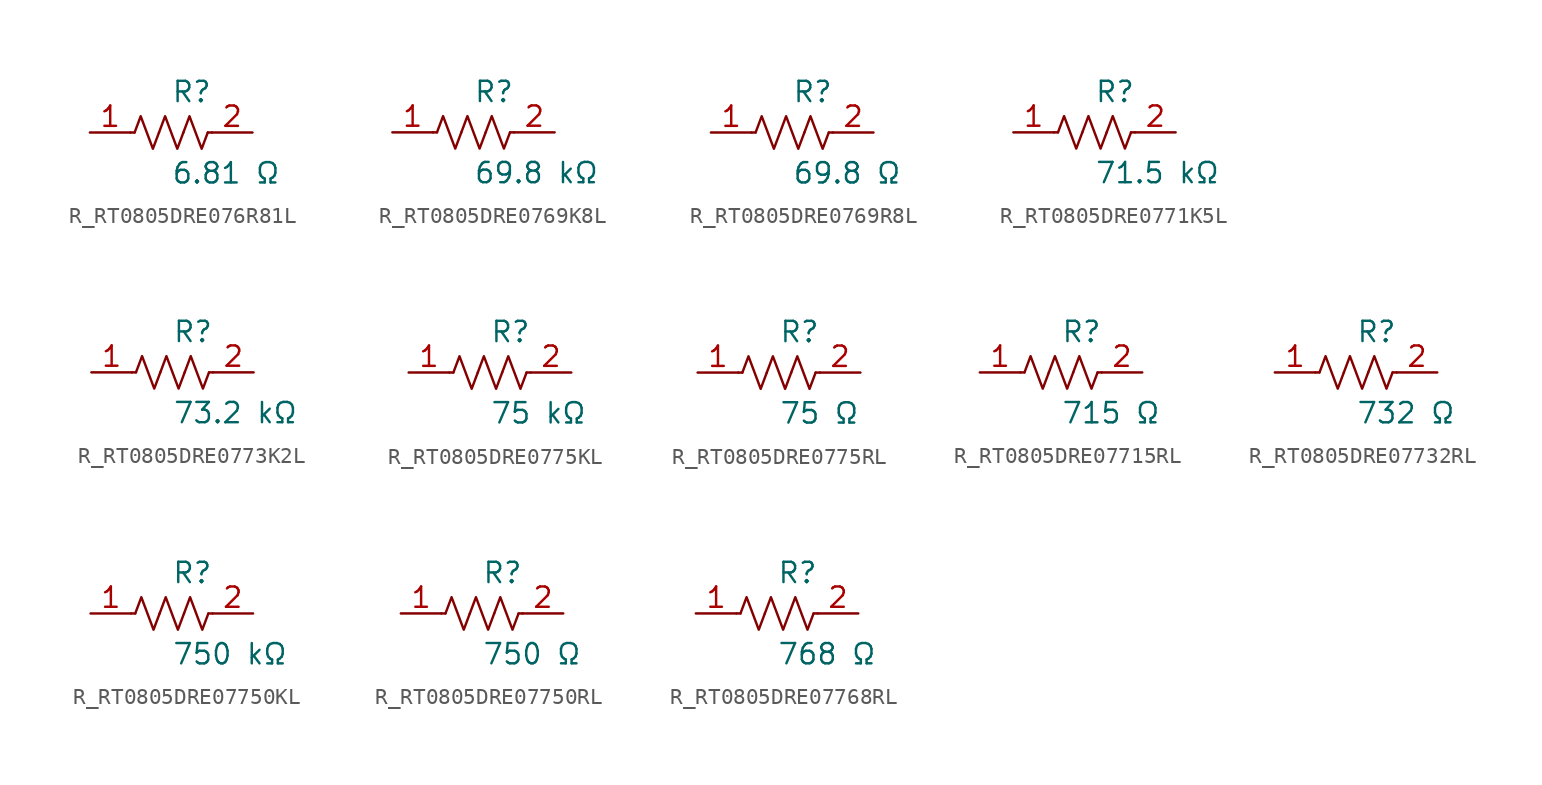
<source format=kicad_sym>
(kicad_symbol_lib
  (version 20231120)
  (generator kicad_symbol_editor)
  (generator_version 8.0)
  (symbol "R_RT0805DRE076R81L"
    (pin_names
      (offset 0.254))
    (property "Reference" "R"
      (at 0 2.54 0)
      (effects (font (size 1.27 1.27)) (justify left)))
    (property "Value" "6.81 Ω"
      (at 0 -2.54 0)
      (effects (font (size 1.27 1.27)) (justify left)))
    (symbol "R_RT0805DRE076R81L_0_1"
      (polyline (pts (xy 2.286 0) (xy 2.54 0)) (stroke (width 0) (type default)) (fill (type none)))
      (polyline (pts (xy -2.286 0) (xy -2.54 0)) (stroke (width 0) (type default)) (fill (type none)))
      (polyline (pts (xy 0.762 0) (xy 1.143 1.016) (xy 1.524 0) (xy 1.905 -1.016) (xy 2.286 0)) (stroke (width 0) (type default)) (fill (type none)))
      (polyline (pts (xy -0.762 0) (xy -0.381 1.016) (xy 0 0) (xy 0.381 -1.016) (xy 0.762 0)) (stroke (width 0) (type default)) (fill (type none)))
      (polyline (pts (xy -2.286 0) (xy -1.905 1.016) (xy -1.524 0) (xy -1.143 -1.016) (xy -0.762 0)) (stroke (width 0) (type default)) (fill (type none))))
    (pin passive line
      (at -5.08 0 0)
      (length 2.54)
      (name "" (effects (font (size 1.27 1.27))))
      (number "1" (effects (font (size 1.27 1.27)))))
    (pin passive line
      (at 5.08 0 180)
      (length 2.54)
      (name "" (effects (font (size 1.27 1.27))))
      (number "2" (effects (font (size 1.27 1.27))))))
  (symbol "R_RT0805DRE0769K8L"
    (pin_names
      (offset 0.254))
    (property "Reference" "R"
      (at 0 2.54 0)
      (effects (font (size 1.27 1.27)) (justify left)))
    (property "Value" "69.8 kΩ"
      (at 0 -2.54 0)
      (effects (font (size 1.27 1.27)) (justify left)))
    (symbol "R_RT0805DRE0769K8L_0_1"
      (polyline (pts (xy 2.286 0) (xy 2.54 0)) (stroke (width 0) (type default)) (fill (type none)))
      (polyline (pts (xy -2.286 0) (xy -2.54 0)) (stroke (width 0) (type default)) (fill (type none)))
      (polyline (pts (xy 0.762 0) (xy 1.143 1.016) (xy 1.524 0) (xy 1.905 -1.016) (xy 2.286 0)) (stroke (width 0) (type default)) (fill (type none)))
      (polyline (pts (xy -0.762 0) (xy -0.381 1.016) (xy 0 0) (xy 0.381 -1.016) (xy 0.762 0)) (stroke (width 0) (type default)) (fill (type none)))
      (polyline (pts (xy -2.286 0) (xy -1.905 1.016) (xy -1.524 0) (xy -1.143 -1.016) (xy -0.762 0)) (stroke (width 0) (type default)) (fill (type none))))
    (pin passive line
      (at -5.08 0 0)
      (length 2.54)
      (name "" (effects (font (size 1.27 1.27))))
      (number "1" (effects (font (size 1.27 1.27)))))
    (pin passive line
      (at 5.08 0 180)
      (length 2.54)
      (name "" (effects (font (size 1.27 1.27))))
      (number "2" (effects (font (size 1.27 1.27))))))
  (symbol "R_RT0805DRE0769R8L"
    (pin_names
      (offset 0.254))
    (property "Reference" "R"
      (at 0 2.54 0)
      (effects (font (size 1.27 1.27)) (justify left)))
    (property "Value" "69.8 Ω"
      (at 0 -2.54 0)
      (effects (font (size 1.27 1.27)) (justify left)))
    (symbol "R_RT0805DRE0769R8L_0_1"
      (polyline (pts (xy 2.286 0) (xy 2.54 0)) (stroke (width 0) (type default)) (fill (type none)))
      (polyline (pts (xy -2.286 0) (xy -2.54 0)) (stroke (width 0) (type default)) (fill (type none)))
      (polyline (pts (xy 0.762 0) (xy 1.143 1.016) (xy 1.524 0) (xy 1.905 -1.016) (xy 2.286 0)) (stroke (width 0) (type default)) (fill (type none)))
      (polyline (pts (xy -0.762 0) (xy -0.381 1.016) (xy 0 0) (xy 0.381 -1.016) (xy 0.762 0)) (stroke (width 0) (type default)) (fill (type none)))
      (polyline (pts (xy -2.286 0) (xy -1.905 1.016) (xy -1.524 0) (xy -1.143 -1.016) (xy -0.762 0)) (stroke (width 0) (type default)) (fill (type none))))
    (pin passive line
      (at -5.08 0 0)
      (length 2.54)
      (name "" (effects (font (size 1.27 1.27))))
      (number "1" (effects (font (size 1.27 1.27)))))
    (pin passive line
      (at 5.08 0 180)
      (length 2.54)
      (name "" (effects (font (size 1.27 1.27))))
      (number "2" (effects (font (size 1.27 1.27))))))
  (symbol "R_RT0805DRE0771K5L"
    (pin_names
      (offset 0.254))
    (property "Reference" "R"
      (at 0 2.54 0)
      (effects (font (size 1.27 1.27)) (justify left)))
    (property "Value" "71.5 kΩ"
      (at 0 -2.54 0)
      (effects (font (size 1.27 1.27)) (justify left)))
    (symbol "R_RT0805DRE0771K5L_0_1"
      (polyline (pts (xy 2.286 0) (xy 2.54 0)) (stroke (width 0) (type default)) (fill (type none)))
      (polyline (pts (xy -2.286 0) (xy -2.54 0)) (stroke (width 0) (type default)) (fill (type none)))
      (polyline (pts (xy 0.762 0) (xy 1.143 1.016) (xy 1.524 0) (xy 1.905 -1.016) (xy 2.286 0)) (stroke (width 0) (type default)) (fill (type none)))
      (polyline (pts (xy -0.762 0) (xy -0.381 1.016) (xy 0 0) (xy 0.381 -1.016) (xy 0.762 0)) (stroke (width 0) (type default)) (fill (type none)))
      (polyline (pts (xy -2.286 0) (xy -1.905 1.016) (xy -1.524 0) (xy -1.143 -1.016) (xy -0.762 0)) (stroke (width 0) (type default)) (fill (type none))))
    (pin passive line
      (at -5.08 0 0)
      (length 2.54)
      (name "" (effects (font (size 1.27 1.27))))
      (number "1" (effects (font (size 1.27 1.27)))))
    (pin passive line
      (at 5.08 0 180)
      (length 2.54)
      (name "" (effects (font (size 1.27 1.27))))
      (number "2" (effects (font (size 1.27 1.27))))))
  (symbol "R_RT0805DRE0773K2L"
    (pin_names
      (offset 0.254))
    (property "Reference" "R"
      (at 0 2.54 0)
      (effects (font (size 1.27 1.27)) (justify left)))
    (property "Value" "73.2 kΩ"
      (at 0 -2.54 0)
      (effects (font (size 1.27 1.27)) (justify left)))
    (symbol "R_RT0805DRE0773K2L_0_1"
      (polyline (pts (xy 2.286 0) (xy 2.54 0)) (stroke (width 0) (type default)) (fill (type none)))
      (polyline (pts (xy -2.286 0) (xy -2.54 0)) (stroke (width 0) (type default)) (fill (type none)))
      (polyline (pts (xy 0.762 0) (xy 1.143 1.016) (xy 1.524 0) (xy 1.905 -1.016) (xy 2.286 0)) (stroke (width 0) (type default)) (fill (type none)))
      (polyline (pts (xy -0.762 0) (xy -0.381 1.016) (xy 0 0) (xy 0.381 -1.016) (xy 0.762 0)) (stroke (width 0) (type default)) (fill (type none)))
      (polyline (pts (xy -2.286 0) (xy -1.905 1.016) (xy -1.524 0) (xy -1.143 -1.016) (xy -0.762 0)) (stroke (width 0) (type default)) (fill (type none))))
    (pin passive line
      (at -5.08 0 0)
      (length 2.54)
      (name "" (effects (font (size 1.27 1.27))))
      (number "1" (effects (font (size 1.27 1.27)))))
    (pin passive line
      (at 5.08 0 180)
      (length 2.54)
      (name "" (effects (font (size 1.27 1.27))))
      (number "2" (effects (font (size 1.27 1.27))))))
  (symbol "R_RT0805DRE0775KL"
    (pin_names
      (offset 0.254))
    (property "Reference" "R"
      (at 0 2.54 0)
      (effects (font (size 1.27 1.27)) (justify left)))
    (property "Value" "75 kΩ"
      (at 0 -2.54 0)
      (effects (font (size 1.27 1.27)) (justify left)))
    (symbol "R_RT0805DRE0775KL_0_1"
      (polyline (pts (xy 2.286 0) (xy 2.54 0)) (stroke (width 0) (type default)) (fill (type none)))
      (polyline (pts (xy -2.286 0) (xy -2.54 0)) (stroke (width 0) (type default)) (fill (type none)))
      (polyline (pts (xy 0.762 0) (xy 1.143 1.016) (xy 1.524 0) (xy 1.905 -1.016) (xy 2.286 0)) (stroke (width 0) (type default)) (fill (type none)))
      (polyline (pts (xy -0.762 0) (xy -0.381 1.016) (xy 0 0) (xy 0.381 -1.016) (xy 0.762 0)) (stroke (width 0) (type default)) (fill (type none)))
      (polyline (pts (xy -2.286 0) (xy -1.905 1.016) (xy -1.524 0) (xy -1.143 -1.016) (xy -0.762 0)) (stroke (width 0) (type default)) (fill (type none))))
    (pin passive line
      (at -5.08 0 0)
      (length 2.54)
      (name "" (effects (font (size 1.27 1.27))))
      (number "1" (effects (font (size 1.27 1.27)))))
    (pin passive line
      (at 5.08 0 180)
      (length 2.54)
      (name "" (effects (font (size 1.27 1.27))))
      (number "2" (effects (font (size 1.27 1.27))))))
  (symbol "R_RT0805DRE0775RL"
    (pin_names
      (offset 0.254))
    (property "Reference" "R"
      (at 0 2.54 0)
      (effects (font (size 1.27 1.27)) (justify left)))
    (property "Value" "75 Ω"
      (at 0 -2.54 0)
      (effects (font (size 1.27 1.27)) (justify left)))
    (symbol "R_RT0805DRE0775RL_0_1"
      (polyline (pts (xy 2.286 0) (xy 2.54 0)) (stroke (width 0) (type default)) (fill (type none)))
      (polyline (pts (xy -2.286 0) (xy -2.54 0)) (stroke (width 0) (type default)) (fill (type none)))
      (polyline (pts (xy 0.762 0) (xy 1.143 1.016) (xy 1.524 0) (xy 1.905 -1.016) (xy 2.286 0)) (stroke (width 0) (type default)) (fill (type none)))
      (polyline (pts (xy -0.762 0) (xy -0.381 1.016) (xy 0 0) (xy 0.381 -1.016) (xy 0.762 0)) (stroke (width 0) (type default)) (fill (type none)))
      (polyline (pts (xy -2.286 0) (xy -1.905 1.016) (xy -1.524 0) (xy -1.143 -1.016) (xy -0.762 0)) (stroke (width 0) (type default)) (fill (type none))))
    (pin passive line
      (at -5.08 0 0)
      (length 2.54)
      (name "" (effects (font (size 1.27 1.27))))
      (number "1" (effects (font (size 1.27 1.27)))))
    (pin passive line
      (at 5.08 0 180)
      (length 2.54)
      (name "" (effects (font (size 1.27 1.27))))
      (number "2" (effects (font (size 1.27 1.27))))))
  (symbol "R_RT0805DRE07715RL"
    (pin_names
      (offset 0.254))
    (property "Reference" "R"
      (at 0 2.54 0)
      (effects (font (size 1.27 1.27)) (justify left)))
    (property "Value" "715 Ω"
      (at 0 -2.54 0)
      (effects (font (size 1.27 1.27)) (justify left)))
    (symbol "R_RT0805DRE07715RL_0_1"
      (polyline (pts (xy 2.286 0) (xy 2.54 0)) (stroke (width 0) (type default)) (fill (type none)))
      (polyline (pts (xy -2.286 0) (xy -2.54 0)) (stroke (width 0) (type default)) (fill (type none)))
      (polyline (pts (xy 0.762 0) (xy 1.143 1.016) (xy 1.524 0) (xy 1.905 -1.016) (xy 2.286 0)) (stroke (width 0) (type default)) (fill (type none)))
      (polyline (pts (xy -0.762 0) (xy -0.381 1.016) (xy 0 0) (xy 0.381 -1.016) (xy 0.762 0)) (stroke (width 0) (type default)) (fill (type none)))
      (polyline (pts (xy -2.286 0) (xy -1.905 1.016) (xy -1.524 0) (xy -1.143 -1.016) (xy -0.762 0)) (stroke (width 0) (type default)) (fill (type none))))
    (pin passive line
      (at -5.08 0 0)
      (length 2.54)
      (name "" (effects (font (size 1.27 1.27))))
      (number "1" (effects (font (size 1.27 1.27)))))
    (pin passive line
      (at 5.08 0 180)
      (length 2.54)
      (name "" (effects (font (size 1.27 1.27))))
      (number "2" (effects (font (size 1.27 1.27))))))
  (symbol "R_RT0805DRE07732RL"
    (pin_names
      (offset 0.254))
    (property "Reference" "R"
      (at 0 2.54 0)
      (effects (font (size 1.27 1.27)) (justify left)))
    (property "Value" "732 Ω"
      (at 0 -2.54 0)
      (effects (font (size 1.27 1.27)) (justify left)))
    (symbol "R_RT0805DRE07732RL_0_1"
      (polyline (pts (xy 2.286 0) (xy 2.54 0)) (stroke (width 0) (type default)) (fill (type none)))
      (polyline (pts (xy -2.286 0) (xy -2.54 0)) (stroke (width 0) (type default)) (fill (type none)))
      (polyline (pts (xy 0.762 0) (xy 1.143 1.016) (xy 1.524 0) (xy 1.905 -1.016) (xy 2.286 0)) (stroke (width 0) (type default)) (fill (type none)))
      (polyline (pts (xy -0.762 0) (xy -0.381 1.016) (xy 0 0) (xy 0.381 -1.016) (xy 0.762 0)) (stroke (width 0) (type default)) (fill (type none)))
      (polyline (pts (xy -2.286 0) (xy -1.905 1.016) (xy -1.524 0) (xy -1.143 -1.016) (xy -0.762 0)) (stroke (width 0) (type default)) (fill (type none))))
    (pin passive line
      (at -5.08 0 0)
      (length 2.54)
      (name "" (effects (font (size 1.27 1.27))))
      (number "1" (effects (font (size 1.27 1.27)))))
    (pin passive line
      (at 5.08 0 180)
      (length 2.54)
      (name "" (effects (font (size 1.27 1.27))))
      (number "2" (effects (font (size 1.27 1.27))))))
  (symbol "R_RT0805DRE07750KL"
    (pin_names
      (offset 0.254))
    (property "Reference" "R"
      (at 0 2.54 0)
      (effects (font (size 1.27 1.27)) (justify left)))
    (property "Value" "750 kΩ"
      (at 0 -2.54 0)
      (effects (font (size 1.27 1.27)) (justify left)))
    (symbol "R_RT0805DRE07750KL_0_1"
      (polyline (pts (xy 2.286 0) (xy 2.54 0)) (stroke (width 0) (type default)) (fill (type none)))
      (polyline (pts (xy -2.286 0) (xy -2.54 0)) (stroke (width 0) (type default)) (fill (type none)))
      (polyline (pts (xy 0.762 0) (xy 1.143 1.016) (xy 1.524 0) (xy 1.905 -1.016) (xy 2.286 0)) (stroke (width 0) (type default)) (fill (type none)))
      (polyline (pts (xy -0.762 0) (xy -0.381 1.016) (xy 0 0) (xy 0.381 -1.016) (xy 0.762 0)) (stroke (width 0) (type default)) (fill (type none)))
      (polyline (pts (xy -2.286 0) (xy -1.905 1.016) (xy -1.524 0) (xy -1.143 -1.016) (xy -0.762 0)) (stroke (width 0) (type default)) (fill (type none))))
    (pin passive line
      (at -5.08 0 0)
      (length 2.54)
      (name "" (effects (font (size 1.27 1.27))))
      (number "1" (effects (font (size 1.27 1.27)))))
    (pin passive line
      (at 5.08 0 180)
      (length 2.54)
      (name "" (effects (font (size 1.27 1.27))))
      (number "2" (effects (font (size 1.27 1.27))))))
  (symbol "R_RT0805DRE07750RL"
    (pin_names
      (offset 0.254))
    (property "Reference" "R"
      (at 0 2.54 0)
      (effects (font (size 1.27 1.27)) (justify left)))
    (property "Value" "750 Ω"
      (at 0 -2.54 0)
      (effects (font (size 1.27 1.27)) (justify left)))
    (symbol "R_RT0805DRE07750RL_0_1"
      (polyline (pts (xy 2.286 0) (xy 2.54 0)) (stroke (width 0) (type default)) (fill (type none)))
      (polyline (pts (xy -2.286 0) (xy -2.54 0)) (stroke (width 0) (type default)) (fill (type none)))
      (polyline (pts (xy 0.762 0) (xy 1.143 1.016) (xy 1.524 0) (xy 1.905 -1.016) (xy 2.286 0)) (stroke (width 0) (type default)) (fill (type none)))
      (polyline (pts (xy -0.762 0) (xy -0.381 1.016) (xy 0 0) (xy 0.381 -1.016) (xy 0.762 0)) (stroke (width 0) (type default)) (fill (type none)))
      (polyline (pts (xy -2.286 0) (xy -1.905 1.016) (xy -1.524 0) (xy -1.143 -1.016) (xy -0.762 0)) (stroke (width 0) (type default)) (fill (type none))))
    (pin passive line
      (at -5.08 0 0)
      (length 2.54)
      (name "" (effects (font (size 1.27 1.27))))
      (number "1" (effects (font (size 1.27 1.27)))))
    (pin passive line
      (at 5.08 0 180)
      (length 2.54)
      (name "" (effects (font (size 1.27 1.27))))
      (number "2" (effects (font (size 1.27 1.27))))))
  (symbol "R_RT0805DRE07768RL"
    (pin_names
      (offset 0.254))
    (property "Reference" "R"
      (at 0 2.54 0)
      (effects (font (size 1.27 1.27)) (justify left)))
    (property "Value" "768 Ω"
      (at 0 -2.54 0)
      (effects (font (size 1.27 1.27)) (justify left)))
    (symbol "R_RT0805DRE07768RL_0_1"
      (polyline (pts (xy 2.286 0) (xy 2.54 0)) (stroke (width 0) (type default)) (fill (type none)))
      (polyline (pts (xy -2.286 0) (xy -2.54 0)) (stroke (width 0) (type default)) (fill (type none)))
      (polyline (pts (xy 0.762 0) (xy 1.143 1.016) (xy 1.524 0) (xy 1.905 -1.016) (xy 2.286 0)) (stroke (width 0) (type default)) (fill (type none)))
      (polyline (pts (xy -0.762 0) (xy -0.381 1.016) (xy 0 0) (xy 0.381 -1.016) (xy 0.762 0)) (stroke (width 0) (type default)) (fill (type none)))
      (polyline (pts (xy -2.286 0) (xy -1.905 1.016) (xy -1.524 0) (xy -1.143 -1.016) (xy -0.762 0)) (stroke (width 0) (type default)) (fill (type none))))
    (pin passive line
      (at -5.08 0 0)
      (length 2.54)
      (name "" (effects (font (size 1.27 1.27))))
      (number "1" (effects (font (size 1.27 1.27)))))
    (pin passive line
      (at 5.08 0 180)
      (length 2.54)
      (name "" (effects (font (size 1.27 1.27))))
      (number "2" (effects (font (size 1.27 1.27)))))))
</source>
